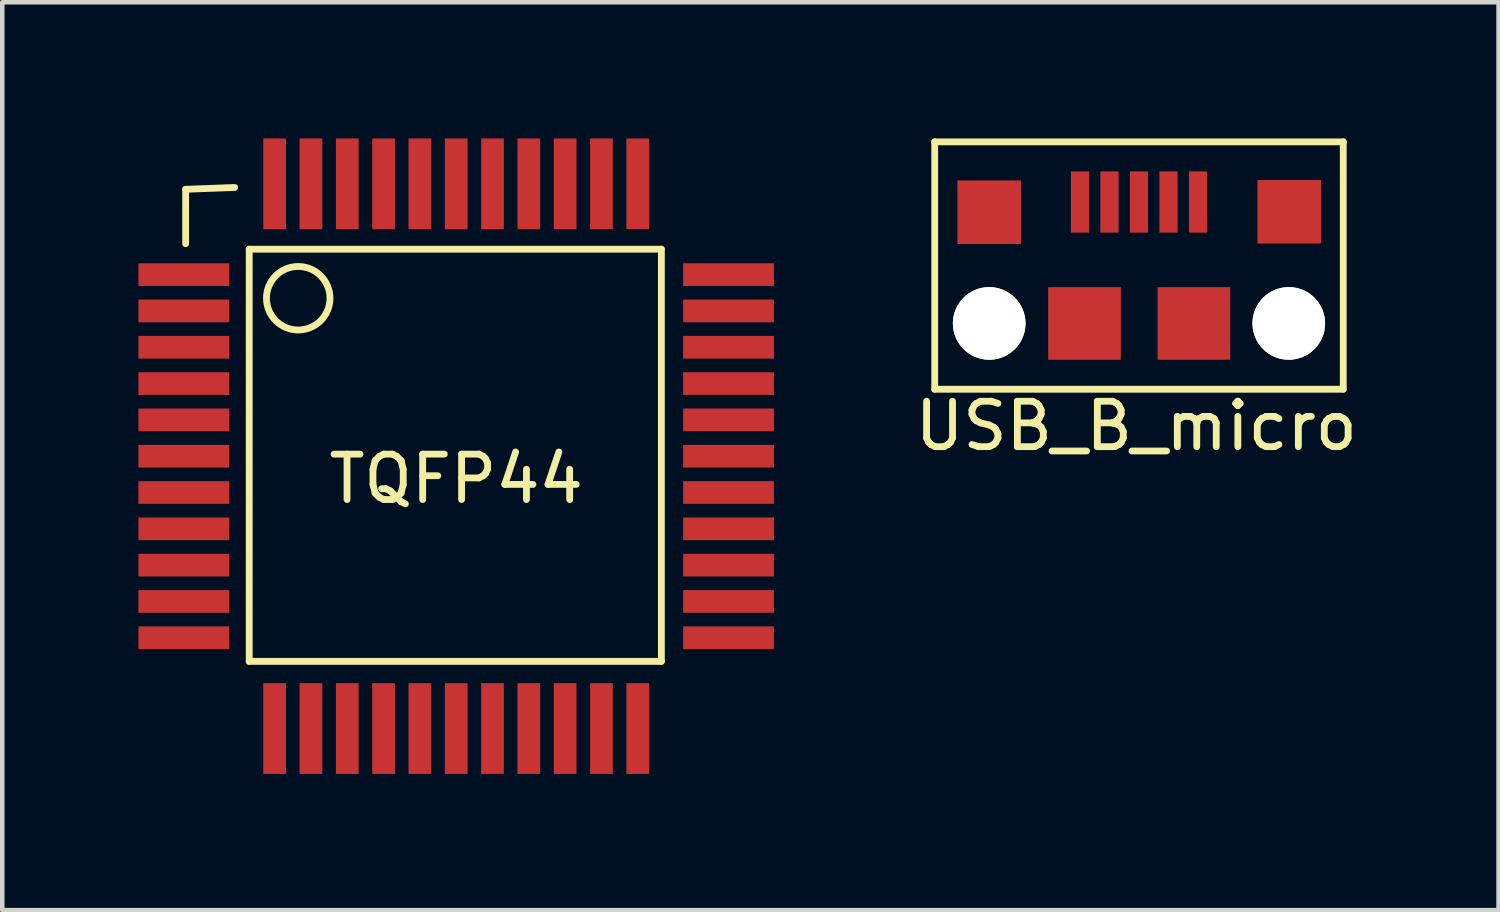
<source format=kicad_pcb>
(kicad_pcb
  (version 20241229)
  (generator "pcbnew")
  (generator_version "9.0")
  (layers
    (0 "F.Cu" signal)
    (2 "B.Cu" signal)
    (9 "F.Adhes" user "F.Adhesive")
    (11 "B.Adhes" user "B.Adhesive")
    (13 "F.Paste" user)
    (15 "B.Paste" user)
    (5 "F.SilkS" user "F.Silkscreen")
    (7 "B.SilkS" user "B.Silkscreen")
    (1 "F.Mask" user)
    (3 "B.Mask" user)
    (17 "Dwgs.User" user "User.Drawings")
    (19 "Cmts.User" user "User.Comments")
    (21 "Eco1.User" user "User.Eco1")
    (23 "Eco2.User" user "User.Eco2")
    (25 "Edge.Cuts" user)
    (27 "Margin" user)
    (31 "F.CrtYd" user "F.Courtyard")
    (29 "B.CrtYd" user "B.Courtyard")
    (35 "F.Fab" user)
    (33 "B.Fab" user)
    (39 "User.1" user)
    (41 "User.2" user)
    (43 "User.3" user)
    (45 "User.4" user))
  (footprint "TQFP44"
    (layer "F.Cu")
    (at 7 7)
    (property "Reference" "TQFP44" (at 0 0.5 0) (layer "F.SilkS") (effects (font (size 1 1) (thickness 0.15))))
    (attr through_hole)
    (fp_line (start -5.96 -5.88) (end -4.88 -5.92) (stroke (width 0.15) (type solid)) (layer "F.SilkS"))
    (fp_line (start -5.96 -4.68) (end -5.96 -5.88) (stroke (width 0.15) (type solid)) (layer "F.SilkS"))
    (fp_line (start -4.56 -4.56) (end 4.52 -4.56) (stroke (width 0.15) (type solid)) (layer "F.SilkS"))
    (fp_line (start -4.56 4.52) (end -4.56 -4.56) (stroke (width 0.15) (type solid)) (layer "F.SilkS"))
    (fp_line (start 4.52 -4.56) (end 4.52 4.52) (stroke (width 0.15) (type solid)) (layer "F.SilkS"))
    (fp_line (start 4.52 4.52) (end -4.56 4.52) (stroke (width 0.15) (type solid)) (layer "F.SilkS"))
    (fp_circle (center -3.48 -3.48) (end -2.88 -3.12) (stroke (width 0.15) (type solid)) (fill no) (layer "F.SilkS"))
    (pad "1" smd rect (at -6 -4) (size 2 0.5) (layers "F.Cu" "F.Mask" "F.Paste"))
    (pad "2" smd rect (at -6 -3.2) (size 2 0.5) (layers "F.Cu" "F.Mask" "F.Paste"))
    (pad "3" smd rect (at -6 -2.4) (size 2 0.5) (layers "F.Cu" "F.Mask" "F.Paste"))
    (pad "4" smd rect (at -6 -1.6) (size 2 0.5) (layers "F.Cu" "F.Mask" "F.Paste"))
    (pad "5" smd rect (at -6 -0.8) (size 2 0.5) (layers "F.Cu" "F.Mask" "F.Paste"))
    (pad "6" smd rect (at -6 0) (size 2 0.5) (layers "F.Cu" "F.Mask" "F.Paste"))
    (pad "7" smd rect (at -6 0.8) (size 2 0.5) (layers "F.Cu" "F.Mask" "F.Paste"))
    (pad "8" smd rect (at -6 1.6) (size 2 0.5) (layers "F.Cu" "F.Mask" "F.Paste"))
    (pad "9" smd rect (at -6 2.4) (size 2 0.5) (layers "F.Cu" "F.Mask" "F.Paste"))
    (pad "10" smd rect (at -6 3.2) (size 2 0.5) (layers "F.Cu" "F.Mask" "F.Paste"))
    (pad "11" smd rect (at -6 4) (size 2 0.5) (layers "F.Cu" "F.Mask" "F.Paste"))
    (pad "12" smd rect (at -4 6) (size 0.5 2) (layers "F.Cu" "F.Mask" "F.Paste"))
    (pad "13" smd rect (at -3.2 6) (size 0.5 2) (layers "F.Cu" "F.Mask" "F.Paste"))
    (pad "14" smd rect (at -2.4 6) (size 0.5 2) (layers "F.Cu" "F.Mask" "F.Paste"))
    (pad "15" smd rect (at -1.6 6) (size 0.5 2) (layers "F.Cu" "F.Mask" "F.Paste"))
    (pad "16" smd rect (at -0.8 6) (size 0.5 2) (layers "F.Cu" "F.Mask" "F.Paste"))
    (pad "17" smd rect (at 0 6) (size 0.5 2) (layers "F.Cu" "F.Mask" "F.Paste"))
    (pad "18" smd rect (at 0.8 6) (size 0.5 2) (layers "F.Cu" "F.Mask" "F.Paste"))
    (pad "19" smd rect (at 1.6 6) (size 0.5 2) (layers "F.Cu" "F.Mask" "F.Paste"))
    (pad "20" smd rect (at 2.4 6) (size 0.5 2) (layers "F.Cu" "F.Mask" "F.Paste"))
    (pad "21" smd rect (at 3.2 6) (size 0.5 2) (layers "F.Cu" "F.Mask" "F.Paste"))
    (pad "22" smd rect (at 4 6) (size 0.5 2) (layers "F.Cu" "F.Mask" "F.Paste"))
    (pad "23" smd rect (at 6 4) (size 2 0.5) (layers "F.Cu" "F.Mask" "F.Paste"))
    (pad "24" smd rect (at 6 3.2) (size 2 0.5) (layers "F.Cu" "F.Mask" "F.Paste"))
    (pad "25" smd rect (at 6 2.4) (size 2 0.5) (layers "F.Cu" "F.Mask" "F.Paste"))
    (pad "26" smd rect (at 6 1.6) (size 2 0.5) (layers "F.Cu" "F.Mask" "F.Paste"))
    (pad "27" smd rect (at 6 0.8) (size 2 0.5) (layers "F.Cu" "F.Mask" "F.Paste"))
    (pad "28" smd rect (at 6 0) (size 2 0.5) (layers "F.Cu" "F.Mask" "F.Paste"))
    (pad "29" smd rect (at 6 -0.8) (size 2 0.5) (layers "F.Cu" "F.Mask" "F.Paste"))
    (pad "30" smd rect (at 6 -1.6) (size 2 0.5) (layers "F.Cu" "F.Mask" "F.Paste"))
    (pad "31" smd rect (at 6 -2.4) (size 2 0.5) (layers "F.Cu" "F.Mask" "F.Paste"))
    (pad "32" smd rect (at 6 -3.2) (size 2 0.5) (layers "F.Cu" "F.Mask" "F.Paste"))
    (pad "33" smd rect (at 6 -4) (size 2 0.5) (layers "F.Cu" "F.Mask" "F.Paste"))
    (pad "34" smd rect (at 4 -6) (size 0.5 2) (layers "F.Cu" "F.Mask" "F.Paste"))
    (pad "35" smd rect (at 3.2 -6) (size 0.5 2) (layers "F.Cu" "F.Mask" "F.Paste"))
    (pad "36" smd rect (at 2.4 -6) (size 0.5 2) (layers "F.Cu" "F.Mask" "F.Paste"))
    (pad "37" smd rect (at 1.6 -6) (size 0.5 2) (layers "F.Cu" "F.Mask" "F.Paste"))
    (pad "38" smd rect (at 0.8 -6) (size 0.5 2) (layers "F.Cu" "F.Mask" "F.Paste"))
    (pad "39" smd rect (at 0 -6) (size 0.5 2) (layers "F.Cu" "F.Mask" "F.Paste"))
    (pad "40" smd rect (at -0.8 -6) (size 0.5 2) (layers "F.Cu" "F.Mask" "F.Paste"))
    (pad "41" smd rect (at -1.6 -6) (size 0.5 2) (layers "F.Cu" "F.Mask" "F.Paste"))
    (pad "42" smd rect (at -2.4 -6) (size 0.5 2) (layers "F.Cu" "F.Mask" "F.Paste"))
    (pad "43" smd rect (at -3.2 -6) (size 0.5 2) (layers "F.Cu" "F.Mask" "F.Paste"))
    (pad "44" smd rect (at -4 -6) (size 0.5 2) (layers "F.Cu" "F.Mask" "F.Paste")))
  (footprint "USB_B_micro"
    (layer "F.Cu")
    (at 22.042 4.075)
    (property "Reference" "USB_B_micro" (at -0.06 2.26 0) (layer "F.SilkS") (effects (font (size 1 1) (thickness 0.15))))
    (attr through_hole)
    (fp_line (start -4.5 -4) (end 4.5 -4) (stroke (width 0.15) (type solid)) (layer "F.SilkS"))
    (fp_line (start -4.5 1.45) (end -4.5 -4) (stroke (width 0.15) (type solid)) (layer "F.SilkS"))
    (fp_line (start 4.5 -4) (end 4.5 1.45) (stroke (width 0.15) (type solid)) (layer "F.SilkS"))
    (fp_line (start 4.5 1.45) (end -4.5 1.45) (stroke (width 0.15) (type solid)) (layer "F.SilkS"))
    (pad "" smd rect (at -3.3 -2.45) (size 1.4 1.4) (layers "F.Cu" "F.Mask" "F.Paste"))
    (pad "" np_thru_hole circle (at -3.3 0) (size 1.6 1.6) (drill 1.6) (layers "*.Cu" "*.Mask" "F.SilkS"))
    (pad "" smd rect (at -1.2 0) (size 1.6 1.6) (layers "F.Cu" "F.Mask" "F.Paste"))
    (pad "" smd rect (at 1.21 0) (size 1.6 1.6) (layers "F.Cu" "F.Mask" "F.Paste"))
    (pad "" np_thru_hole circle (at 3.3 0) (size 1.6 1.6) (drill 1.6) (layers "*.Cu" "*.Mask" "F.SilkS"))
    (pad "" smd rect (at 3.31 -2.46) (size 1.4 1.4) (layers "F.Cu" "F.Mask" "F.Paste"))
    (pad "1" smd rect (at -1.3 -2.675) (size 0.4 1.35) (layers "F.Cu" "F.Mask" "F.Paste"))
    (pad "2" smd rect (at -0.65 -2.675) (size 0.4 1.35) (layers "F.Cu" "F.Mask" "F.Paste"))
    (pad "3" smd rect (at 0 -2.675) (size 0.4 1.35) (layers "F.Cu" "F.Mask" "F.Paste"))
    (pad "4" smd rect (at 0.65 -2.675) (size 0.4 1.35) (layers "F.Cu" "F.Mask" "F.Paste"))
    (pad "5" smd rect (at 1.3 -2.675) (size 0.4 1.35) (layers "F.Cu" "F.Mask" "F.Paste")))
  (gr_rect
    (start -3 -3)
    (end 29.964 17)
    (stroke (width 0.1) (type default))
    (fill no)
    (layer "Edge.Cuts")))
</source>
